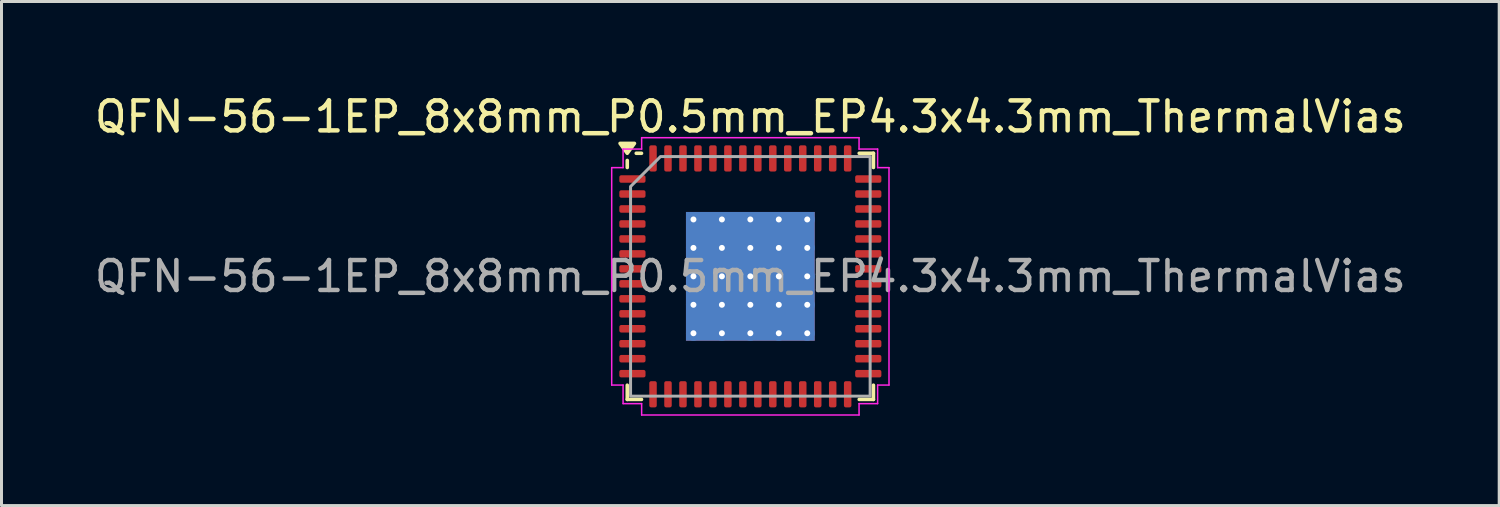
<source format=kicad_pcb>
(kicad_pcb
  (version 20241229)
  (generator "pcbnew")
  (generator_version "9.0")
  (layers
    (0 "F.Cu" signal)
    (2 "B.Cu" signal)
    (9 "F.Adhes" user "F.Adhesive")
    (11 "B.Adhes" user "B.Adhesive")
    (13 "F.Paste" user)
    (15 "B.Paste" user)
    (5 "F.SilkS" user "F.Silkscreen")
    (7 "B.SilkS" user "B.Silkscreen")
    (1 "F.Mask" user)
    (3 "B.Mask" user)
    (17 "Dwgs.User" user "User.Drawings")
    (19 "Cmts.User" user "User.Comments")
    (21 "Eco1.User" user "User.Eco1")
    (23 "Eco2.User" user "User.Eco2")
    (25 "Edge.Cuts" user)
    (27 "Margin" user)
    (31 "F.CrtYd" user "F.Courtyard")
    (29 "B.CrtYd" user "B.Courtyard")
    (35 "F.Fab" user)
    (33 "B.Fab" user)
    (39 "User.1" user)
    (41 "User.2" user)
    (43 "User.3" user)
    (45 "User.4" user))
  (footprint "QFN-56-1EP_8x8mm_P0.5mm_EP4.3x4.3mm_ThermalVias"
    (layer "F.Cu")
    (at 22.006 6.178)
    (property "Reference" "QFN-56-1EP_8x8mm_P0.5mm_EP4.3x4.3mm_ThermalVias" (at 0 -5.33 0) (layer "F.SilkS") (effects (font (size 1 1) (thickness 0.15))))
    (attr smd)
    (fp_line (start -4.11 -3.635) (end -4.11 -3.87) (stroke (width 0.12) (type solid)) (layer "F.SilkS"))
    (fp_line (start -4.11 4.11) (end -4.11 3.635) (stroke (width 0.12) (type solid)) (layer "F.SilkS"))
    (fp_line (start -3.635 -4.11) (end -3.81 -4.11) (stroke (width 0.12) (type solid)) (layer "F.SilkS"))
    (fp_line (start -3.635 4.11) (end -4.11 4.11) (stroke (width 0.12) (type solid)) (layer "F.SilkS"))
    (fp_line (start 3.635 -4.11) (end 4.11 -4.11) (stroke (width 0.12) (type solid)) (layer "F.SilkS"))
    (fp_line (start 3.635 4.11) (end 4.11 4.11) (stroke (width 0.12) (type solid)) (layer "F.SilkS"))
    (fp_line (start 4.11 -4.11) (end 4.11 -3.635) (stroke (width 0.12) (type solid)) (layer "F.SilkS"))
    (fp_line (start 4.11 4.11) (end 4.11 3.635) (stroke (width 0.12) (type solid)) (layer "F.SilkS"))
    (fp_poly (pts (xy -4.11 -4.11) (xy -4.35 -4.44) (xy -3.87 -4.44)) (stroke (width 0.12) (type solid)) (fill yes) (layer "F.SilkS"))
    (fp_line (start -4.63 -3.63) (end -4.25 -3.63) (stroke (width 0.05) (type solid)) (layer "F.CrtYd"))
    (fp_line (start -4.63 3.63) (end -4.63 -3.63) (stroke (width 0.05) (type solid)) (layer "F.CrtYd"))
    (fp_line (start -4.25 -4.25) (end -3.63 -4.25) (stroke (width 0.05) (type solid)) (layer "F.CrtYd"))
    (fp_line (start -4.25 -3.63) (end -4.25 -4.25) (stroke (width 0.05) (type solid)) (layer "F.CrtYd"))
    (fp_line (start -4.25 3.63) (end -4.63 3.63) (stroke (width 0.05) (type solid)) (layer "F.CrtYd"))
    (fp_line (start -4.25 4.25) (end -4.25 3.63) (stroke (width 0.05) (type solid)) (layer "F.CrtYd"))
    (fp_line (start -3.63 -4.63) (end 3.63 -4.63) (stroke (width 0.05) (type solid)) (layer "F.CrtYd"))
    (fp_line (start -3.63 -4.25) (end -3.63 -4.63) (stroke (width 0.05) (type solid)) (layer "F.CrtYd"))
    (fp_line (start -3.63 4.25) (end -4.25 4.25) (stroke (width 0.05) (type solid)) (layer "F.CrtYd"))
    (fp_line (start -3.63 4.63) (end -3.63 4.25) (stroke (width 0.05) (type solid)) (layer "F.CrtYd"))
    (fp_line (start 3.63 -4.63) (end 3.63 -4.25) (stroke (width 0.05) (type solid)) (layer "F.CrtYd"))
    (fp_line (start 3.63 -4.25) (end 4.25 -4.25) (stroke (width 0.05) (type solid)) (layer "F.CrtYd"))
    (fp_line (start 3.63 4.25) (end 3.63 4.63) (stroke (width 0.05) (type solid)) (layer "F.CrtYd"))
    (fp_line (start 3.63 4.63) (end -3.63 4.63) (stroke (width 0.05) (type solid)) (layer "F.CrtYd"))
    (fp_line (start 4.25 -4.25) (end 4.25 -3.63) (stroke (width 0.05) (type solid)) (layer "F.CrtYd"))
    (fp_line (start 4.25 -3.63) (end 4.63 -3.63) (stroke (width 0.05) (type solid)) (layer "F.CrtYd"))
    (fp_line (start 4.25 3.63) (end 4.25 4.25) (stroke (width 0.05) (type solid)) (layer "F.CrtYd"))
    (fp_line (start 4.25 4.25) (end 3.63 4.25) (stroke (width 0.05) (type solid)) (layer "F.CrtYd"))
    (fp_line (start 4.63 -3.63) (end 4.63 3.63) (stroke (width 0.05) (type solid)) (layer "F.CrtYd"))
    (fp_line (start 4.63 3.63) (end 4.25 3.63) (stroke (width 0.05) (type solid)) (layer "F.CrtYd"))
    (fp_poly (pts (xy -4 -3) (xy -4 4) (xy 4 4) (xy 4 -4) (xy -3 -4)) (stroke (width 0.1) (type solid)) (fill no) (layer "F.Fab"))
    (fp_text user "${REFERENCE}" (at 0 0 0) (layer "F.Fab") (effects (font (size 1 1) (thickness 0.15))))
    (pad "" smd roundrect (at -1.62 -1.62) (size 0.83 0.83) (layers "F.Paste") (roundrect_rratio 0.25))
    (pad "" smd roundrect (at -1.62 -0.54) (size 0.83 0.83) (layers "F.Paste") (roundrect_rratio 0.25))
    (pad "" smd roundrect (at -1.62 0.54) (size 0.83 0.83) (layers "F.Paste") (roundrect_rratio 0.25))
    (pad "" smd roundrect (at -1.62 1.62) (size 0.83 0.83) (layers "F.Paste") (roundrect_rratio 0.25))
    (pad "" smd roundrect (at -0.54 -1.62) (size 0.83 0.83) (layers "F.Paste") (roundrect_rratio 0.25))
    (pad "" smd roundrect (at -0.54 -0.54) (size 0.83 0.83) (layers "F.Paste") (roundrect_rratio 0.25))
    (pad "" smd roundrect (at -0.54 0.54) (size 0.83 0.83) (layers "F.Paste") (roundrect_rratio 0.25))
    (pad "" smd roundrect (at -0.54 1.62) (size 0.83 0.83) (layers "F.Paste") (roundrect_rratio 0.25))
    (pad "" smd roundrect (at 0.54 -1.62) (size 0.83 0.83) (layers "F.Paste") (roundrect_rratio 0.25))
    (pad "" smd roundrect (at 0.54 -0.54) (size 0.83 0.83) (layers "F.Paste") (roundrect_rratio 0.25))
    (pad "" smd roundrect (at 0.54 0.54) (size 0.83 0.83) (layers "F.Paste") (roundrect_rratio 0.25))
    (pad "" smd roundrect (at 0.54 1.62) (size 0.83 0.83) (layers "F.Paste") (roundrect_rratio 0.25))
    (pad "" smd roundrect (at 1.62 -1.62) (size 0.83 0.83) (layers "F.Paste") (roundrect_rratio 0.25))
    (pad "" smd roundrect (at 1.62 -0.54) (size 0.83 0.83) (layers "F.Paste") (roundrect_rratio 0.25))
    (pad "" smd roundrect (at 1.62 0.54) (size 0.83 0.83) (layers "F.Paste") (roundrect_rratio 0.25))
    (pad "" smd roundrect (at 1.62 1.62) (size 0.83 0.83) (layers "F.Paste") (roundrect_rratio 0.25))
    (pad "1" smd roundrect (at -3.938 -3.25) (size 0.875 0.25) (layers "F.Cu" "F.Mask" "F.Paste") (roundrect_rratio 0.25))
    (pad "2" smd roundrect (at -3.938 -2.75) (size 0.875 0.25) (layers "F.Cu" "F.Mask" "F.Paste") (roundrect_rratio 0.25))
    (pad "3" smd roundrect (at -3.938 -2.25) (size 0.875 0.25) (layers "F.Cu" "F.Mask" "F.Paste") (roundrect_rratio 0.25))
    (pad "4" smd roundrect (at -3.938 -1.75) (size 0.875 0.25) (layers "F.Cu" "F.Mask" "F.Paste") (roundrect_rratio 0.25))
    (pad "5" smd roundrect (at -3.938 -1.25) (size 0.875 0.25) (layers "F.Cu" "F.Mask" "F.Paste") (roundrect_rratio 0.25))
    (pad "6" smd roundrect (at -3.938 -0.75) (size 0.875 0.25) (layers "F.Cu" "F.Mask" "F.Paste") (roundrect_rratio 0.25))
    (pad "7" smd roundrect (at -3.938 -0.25) (size 0.875 0.25) (layers "F.Cu" "F.Mask" "F.Paste") (roundrect_rratio 0.25))
    (pad "8" smd roundrect (at -3.938 0.25) (size 0.875 0.25) (layers "F.Cu" "F.Mask" "F.Paste") (roundrect_rratio 0.25))
    (pad "9" smd roundrect (at -3.938 0.75) (size 0.875 0.25) (layers "F.Cu" "F.Mask" "F.Paste") (roundrect_rratio 0.25))
    (pad "10" smd roundrect (at -3.938 1.25) (size 0.875 0.25) (layers "F.Cu" "F.Mask" "F.Paste") (roundrect_rratio 0.25))
    (pad "11" smd roundrect (at -3.938 1.75) (size 0.875 0.25) (layers "F.Cu" "F.Mask" "F.Paste") (roundrect_rratio 0.25))
    (pad "12" smd roundrect (at -3.938 2.25) (size 0.875 0.25) (layers "F.Cu" "F.Mask" "F.Paste") (roundrect_rratio 0.25))
    (pad "13" smd roundrect (at -3.938 2.75) (size 0.875 0.25) (layers "F.Cu" "F.Mask" "F.Paste") (roundrect_rratio 0.25))
    (pad "14" smd roundrect (at -3.938 3.25) (size 0.875 0.25) (layers "F.Cu" "F.Mask" "F.Paste") (roundrect_rratio 0.25))
    (pad "15" smd roundrect (at -3.25 3.938) (size 0.25 0.875) (layers "F.Cu" "F.Mask" "F.Paste") (roundrect_rratio 0.25))
    (pad "16" smd roundrect (at -2.75 3.938) (size 0.25 0.875) (layers "F.Cu" "F.Mask" "F.Paste") (roundrect_rratio 0.25))
    (pad "17" smd roundrect (at -2.25 3.938) (size 0.25 0.875) (layers "F.Cu" "F.Mask" "F.Paste") (roundrect_rratio 0.25))
    (pad "18" smd roundrect (at -1.75 3.938) (size 0.25 0.875) (layers "F.Cu" "F.Mask" "F.Paste") (roundrect_rratio 0.25))
    (pad "19" smd roundrect (at -1.25 3.938) (size 0.25 0.875) (layers "F.Cu" "F.Mask" "F.Paste") (roundrect_rratio 0.25))
    (pad "20" smd roundrect (at -0.75 3.938) (size 0.25 0.875) (layers "F.Cu" "F.Mask" "F.Paste") (roundrect_rratio 0.25))
    (pad "21" smd roundrect (at -0.25 3.938) (size 0.25 0.875) (layers "F.Cu" "F.Mask" "F.Paste") (roundrect_rratio 0.25))
    (pad "22" smd roundrect (at 0.25 3.938) (size 0.25 0.875) (layers "F.Cu" "F.Mask" "F.Paste") (roundrect_rratio 0.25))
    (pad "23" smd roundrect (at 0.75 3.938) (size 0.25 0.875) (layers "F.Cu" "F.Mask" "F.Paste") (roundrect_rratio 0.25))
    (pad "24" smd roundrect (at 1.25 3.938) (size 0.25 0.875) (layers "F.Cu" "F.Mask" "F.Paste") (roundrect_rratio 0.25))
    (pad "25" smd roundrect (at 1.75 3.938) (size 0.25 0.875) (layers "F.Cu" "F.Mask" "F.Paste") (roundrect_rratio 0.25))
    (pad "26" smd roundrect (at 2.25 3.938) (size 0.25 0.875) (layers "F.Cu" "F.Mask" "F.Paste") (roundrect_rratio 0.25))
    (pad "27" smd roundrect (at 2.75 3.938) (size 0.25 0.875) (layers "F.Cu" "F.Mask" "F.Paste") (roundrect_rratio 0.25))
    (pad "28" smd roundrect (at 3.25 3.938) (size 0.25 0.875) (layers "F.Cu" "F.Mask" "F.Paste") (roundrect_rratio 0.25))
    (pad "29" smd roundrect (at 3.938 3.25) (size 0.875 0.25) (layers "F.Cu" "F.Mask" "F.Paste") (roundrect_rratio 0.25))
    (pad "30" smd roundrect (at 3.938 2.75) (size 0.875 0.25) (layers "F.Cu" "F.Mask" "F.Paste") (roundrect_rratio 0.25))
    (pad "31" smd roundrect (at 3.938 2.25) (size 0.875 0.25) (layers "F.Cu" "F.Mask" "F.Paste") (roundrect_rratio 0.25))
    (pad "32" smd roundrect (at 3.938 1.75) (size 0.875 0.25) (layers "F.Cu" "F.Mask" "F.Paste") (roundrect_rratio 0.25))
    (pad "33" smd roundrect (at 3.938 1.25) (size 0.875 0.25) (layers "F.Cu" "F.Mask" "F.Paste") (roundrect_rratio 0.25))
    (pad "34" smd roundrect (at 3.938 0.75) (size 0.875 0.25) (layers "F.Cu" "F.Mask" "F.Paste") (roundrect_rratio 0.25))
    (pad "35" smd roundrect (at 3.938 0.25) (size 0.875 0.25) (layers "F.Cu" "F.Mask" "F.Paste") (roundrect_rratio 0.25))
    (pad "36" smd roundrect (at 3.938 -0.25) (size 0.875 0.25) (layers "F.Cu" "F.Mask" "F.Paste") (roundrect_rratio 0.25))
    (pad "37" smd roundrect (at 3.938 -0.75) (size 0.875 0.25) (layers "F.Cu" "F.Mask" "F.Paste") (roundrect_rratio 0.25))
    (pad "38" smd roundrect (at 3.938 -1.25) (size 0.875 0.25) (layers "F.Cu" "F.Mask" "F.Paste") (roundrect_rratio 0.25))
    (pad "39" smd roundrect (at 3.938 -1.75) (size 0.875 0.25) (layers "F.Cu" "F.Mask" "F.Paste") (roundrect_rratio 0.25))
    (pad "40" smd roundrect (at 3.938 -2.25) (size 0.875 0.25) (layers "F.Cu" "F.Mask" "F.Paste") (roundrect_rratio 0.25))
    (pad "41" smd roundrect (at 3.938 -2.75) (size 0.875 0.25) (layers "F.Cu" "F.Mask" "F.Paste") (roundrect_rratio 0.25))
    (pad "42" smd roundrect (at 3.938 -3.25) (size 0.875 0.25) (layers "F.Cu" "F.Mask" "F.Paste") (roundrect_rratio 0.25))
    (pad "43" smd roundrect (at 3.25 -3.938) (size 0.25 0.875) (layers "F.Cu" "F.Mask" "F.Paste") (roundrect_rratio 0.25))
    (pad "44" smd roundrect (at 2.75 -3.938) (size 0.25 0.875) (layers "F.Cu" "F.Mask" "F.Paste") (roundrect_rratio 0.25))
    (pad "45" smd roundrect (at 2.25 -3.938) (size 0.25 0.875) (layers "F.Cu" "F.Mask" "F.Paste") (roundrect_rratio 0.25))
    (pad "46" smd roundrect (at 1.75 -3.938) (size 0.25 0.875) (layers "F.Cu" "F.Mask" "F.Paste") (roundrect_rratio 0.25))
    (pad "47" smd roundrect (at 1.25 -3.938) (size 0.25 0.875) (layers "F.Cu" "F.Mask" "F.Paste") (roundrect_rratio 0.25))
    (pad "48" smd roundrect (at 0.75 -3.938) (size 0.25 0.875) (layers "F.Cu" "F.Mask" "F.Paste") (roundrect_rratio 0.25))
    (pad "49" smd roundrect (at 0.25 -3.938) (size 0.25 0.875) (layers "F.Cu" "F.Mask" "F.Paste") (roundrect_rratio 0.25))
    (pad "50" smd roundrect (at -0.25 -3.938) (size 0.25 0.875) (layers "F.Cu" "F.Mask" "F.Paste") (roundrect_rratio 0.25))
    (pad "51" smd roundrect (at -0.75 -3.938) (size 0.25 0.875) (layers "F.Cu" "F.Mask" "F.Paste") (roundrect_rratio 0.25))
    (pad "52" smd roundrect (at -1.25 -3.938) (size 0.25 0.875) (layers "F.Cu" "F.Mask" "F.Paste") (roundrect_rratio 0.25))
    (pad "53" smd roundrect (at -1.75 -3.938) (size 0.25 0.875) (layers "F.Cu" "F.Mask" "F.Paste") (roundrect_rratio 0.25))
    (pad "54" smd roundrect (at -2.25 -3.938) (size 0.25 0.875) (layers "F.Cu" "F.Mask" "F.Paste") (roundrect_rratio 0.25))
    (pad "55" smd roundrect (at -2.75 -3.938) (size 0.25 0.875) (layers "F.Cu" "F.Mask" "F.Paste") (roundrect_rratio 0.25))
    (pad "56" smd roundrect (at -3.25 -3.938) (size 0.25 0.875) (layers "F.Cu" "F.Mask" "F.Paste") (roundrect_rratio 0.25))
    (pad "57" thru_hole circle (at -1.9 -1.9) (size 0.5 0.5) (drill 0.2) (property pad_prop_heatsink) (layers "*.Cu"))
    (pad "57" thru_hole circle (at -1.9 -0.95) (size 0.5 0.5) (drill 0.2) (property pad_prop_heatsink) (layers "*.Cu"))
    (pad "57" thru_hole circle (at -1.9 0) (size 0.5 0.5) (drill 0.2) (property pad_prop_heatsink) (layers "*.Cu"))
    (pad "57" thru_hole circle (at -1.9 0.95) (size 0.5 0.5) (drill 0.2) (property pad_prop_heatsink) (layers "*.Cu"))
    (pad "57" thru_hole circle (at -1.9 1.9) (size 0.5 0.5) (drill 0.2) (property pad_prop_heatsink) (layers "*.Cu"))
    (pad "57" thru_hole circle (at -0.95 -1.9) (size 0.5 0.5) (drill 0.2) (property pad_prop_heatsink) (layers "*.Cu"))
    (pad "57" thru_hole circle (at -0.95 -0.95) (size 0.5 0.5) (drill 0.2) (property pad_prop_heatsink) (layers "*.Cu"))
    (pad "57" thru_hole circle (at -0.95 0) (size 0.5 0.5) (drill 0.2) (property pad_prop_heatsink) (layers "*.Cu"))
    (pad "57" thru_hole circle (at -0.95 0.95) (size 0.5 0.5) (drill 0.2) (property pad_prop_heatsink) (layers "*.Cu"))
    (pad "57" thru_hole circle (at -0.95 1.9) (size 0.5 0.5) (drill 0.2) (property pad_prop_heatsink) (layers "*.Cu"))
    (pad "57" thru_hole circle (at 0 -1.9) (size 0.5 0.5) (drill 0.2) (property pad_prop_heatsink) (layers "*.Cu"))
    (pad "57" thru_hole circle (at 0 -0.95) (size 0.5 0.5) (drill 0.2) (property pad_prop_heatsink) (layers "*.Cu"))
    (pad "57" thru_hole circle (at 0 0) (size 0.5 0.5) (drill 0.2) (property pad_prop_heatsink) (layers "*.Cu"))
    (pad "57" smd rect (at 0 0) (size 4.3 4.3) (property pad_prop_heatsink) (layers "F.Cu" "F.Mask"))
    (pad "57" smd rect (at 0 0) (size 4.3 4.3) (property pad_prop_heatsink) (layers "B.Cu"))
    (pad "57" thru_hole circle (at 0 0.95) (size 0.5 0.5) (drill 0.2) (property pad_prop_heatsink) (layers "*.Cu"))
    (pad "57" thru_hole circle (at 0 1.9) (size 0.5 0.5) (drill 0.2) (property pad_prop_heatsink) (layers "*.Cu"))
    (pad "57" thru_hole circle (at 0.95 -1.9) (size 0.5 0.5) (drill 0.2) (property pad_prop_heatsink) (layers "*.Cu"))
    (pad "57" thru_hole circle (at 0.95 -0.95) (size 0.5 0.5) (drill 0.2) (property pad_prop_heatsink) (layers "*.Cu"))
    (pad "57" thru_hole circle (at 0.95 0) (size 0.5 0.5) (drill 0.2) (property pad_prop_heatsink) (layers "*.Cu"))
    (pad "57" thru_hole circle (at 0.95 0.95) (size 0.5 0.5) (drill 0.2) (property pad_prop_heatsink) (layers "*.Cu"))
    (pad "57" thru_hole circle (at 0.95 1.9) (size 0.5 0.5) (drill 0.2) (property pad_prop_heatsink) (layers "*.Cu"))
    (pad "57" thru_hole circle (at 1.9 -1.9) (size 0.5 0.5) (drill 0.2) (property pad_prop_heatsink) (layers "*.Cu"))
    (pad "57" thru_hole circle (at 1.9 -0.95) (size 0.5 0.5) (drill 0.2) (property pad_prop_heatsink) (layers "*.Cu"))
    (pad "57" thru_hole circle (at 1.9 0) (size 0.5 0.5) (drill 0.2) (property pad_prop_heatsink) (layers "*.Cu"))
    (pad "57" thru_hole circle (at 1.9 0.95) (size 0.5 0.5) (drill 0.2) (property pad_prop_heatsink) (layers "*.Cu"))
    (pad "57" thru_hole circle (at 1.9 1.9) (size 0.5 0.5) (drill 0.2) (property pad_prop_heatsink) (layers "*.Cu")))
  (gr_rect
    (start -3 -3)
    (end 47.012 13.833)
    (stroke (width 0.1) (type default))
    (fill no)
    (layer "Edge.Cuts")))
</source>
